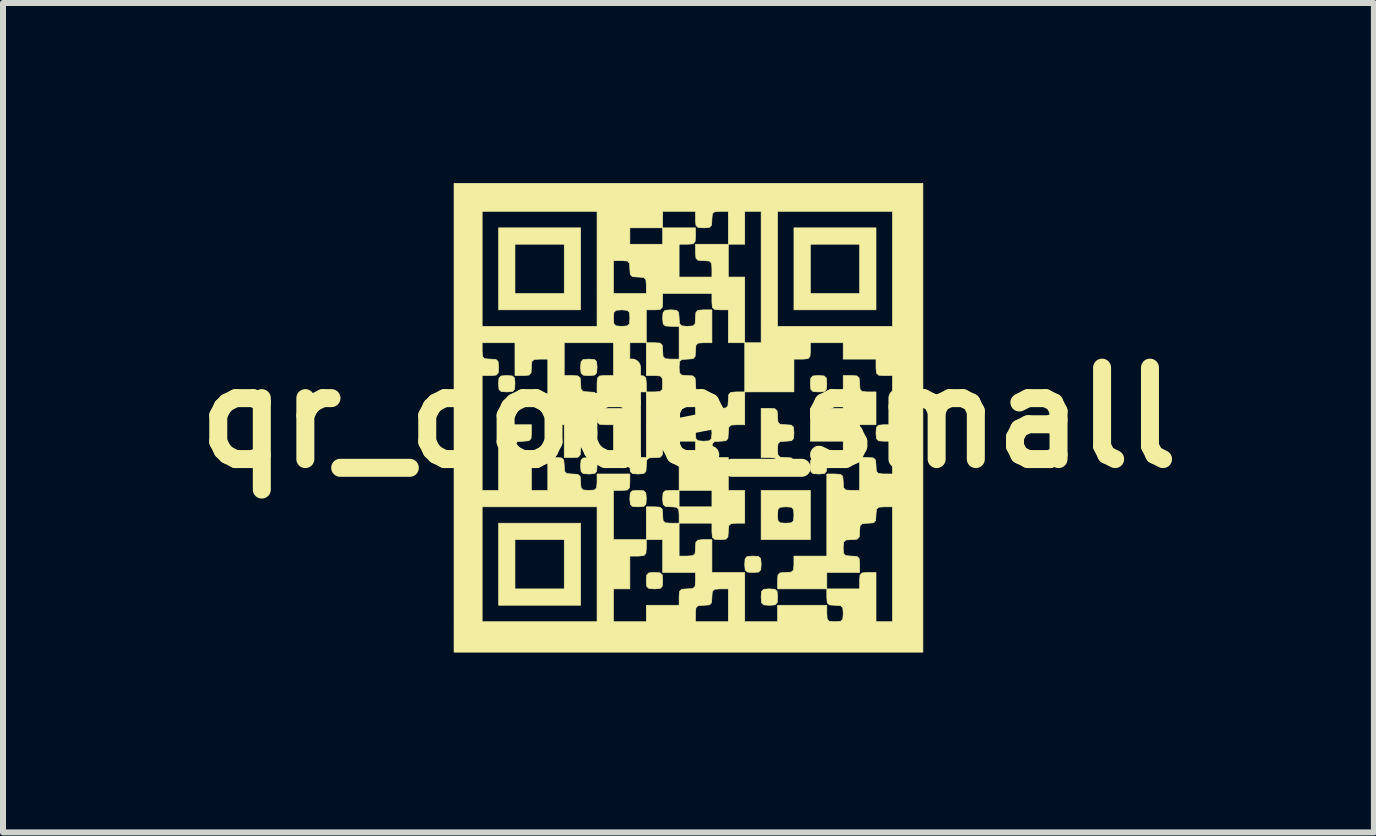
<source format=kicad_pcb>
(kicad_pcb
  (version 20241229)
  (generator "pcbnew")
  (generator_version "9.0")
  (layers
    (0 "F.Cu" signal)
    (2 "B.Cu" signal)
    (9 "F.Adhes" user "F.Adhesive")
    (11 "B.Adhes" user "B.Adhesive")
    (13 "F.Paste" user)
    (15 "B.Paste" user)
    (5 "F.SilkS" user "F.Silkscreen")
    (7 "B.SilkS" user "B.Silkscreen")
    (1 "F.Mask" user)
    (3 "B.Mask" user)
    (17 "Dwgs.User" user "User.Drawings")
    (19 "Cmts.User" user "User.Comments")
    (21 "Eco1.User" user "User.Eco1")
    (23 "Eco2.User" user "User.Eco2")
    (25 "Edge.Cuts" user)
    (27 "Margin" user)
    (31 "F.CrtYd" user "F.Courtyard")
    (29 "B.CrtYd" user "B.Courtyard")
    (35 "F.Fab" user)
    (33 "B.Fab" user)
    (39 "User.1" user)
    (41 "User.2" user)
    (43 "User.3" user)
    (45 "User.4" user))
  (footprint "qr_code_small"
    (layer "F.Cu")
    (at 8.426 3.913)
    (property "Reference" "qr_code_small" (at 0 0 0) (layer "F.SilkS") (effects (font (size 1.524 1.524) (thickness 0.3))))
    (attr through_hole)
    (fp_poly (pts (xy -1.798 -1.798) (xy -3.165 -1.798) (xy -3.165 -2.892) (xy -2.892 -2.892) (xy -2.892 -2.071) (xy -2.071 -2.071) (xy -2.071 -2.892) (xy -2.892 -2.892) (xy -3.165 -2.892) (xy -3.165 -3.165) (xy -1.798 -3.165) (xy -1.798 -1.798)) (stroke (width 0.01) (type solid)) (fill yes) (layer "F.SilkS"))
    (fp_poly (pts (xy -1.798 3.126) (xy -3.165 3.126) (xy -3.165 2.032) (xy -2.892 2.032) (xy -2.892 2.853) (xy -2.071 2.853) (xy -2.071 2.032) (xy -2.892 2.032) (xy -3.165 2.032) (xy -3.165 1.758) (xy -1.798 1.758) (xy -1.798 3.126)) (stroke (width 0.01) (type solid)) (fill yes) (layer "F.SilkS"))
    (fp_poly (pts (xy 3.126 -1.798) (xy 1.758 -1.798) (xy 1.758 -2.892) (xy 2.032 -2.892) (xy 2.032 -2.071) (xy 2.853 -2.071) (xy 2.853 -2.892) (xy 2.032 -2.892) (xy 1.758 -2.892) (xy 1.758 -3.165) (xy 3.126 -3.165) (xy 3.126 -1.798)) (stroke (width 0.01) (type solid)) (fill yes) (layer "F.SilkS"))
    (fp_poly (pts (xy -2.937 -0.697) (xy -2.899 -0.663) (xy -2.892 -0.577) (xy -2.892 -0.567) (xy -2.898 -0.475) (xy -2.932 -0.437) (xy -3.018 -0.43) (xy -3.028 -0.43) (xy -3.12 -0.436) (xy -3.158 -0.47) (xy -3.165 -0.556) (xy -3.165 -0.567) (xy -3.159 -0.658) (xy -3.125 -0.696) (xy -3.039 -0.703) (xy -3.028 -0.703) (xy -2.937 -0.697)) (stroke (width 0.01) (type solid)) (fill yes) (layer "F.SilkS"))
    (fp_poly (pts (xy -1.569 -0.971) (xy -1.532 -0.937) (xy -1.524 -0.851) (xy -1.524 -0.84) (xy -1.53 -0.748) (xy -1.564 -0.711) (xy -1.65 -0.703) (xy -1.661 -0.703) (xy -1.752 -0.709) (xy -1.79 -0.744) (xy -1.798 -0.83) (xy -1.798 -0.84) (xy -1.791 -0.932) (xy -1.757 -0.969) (xy -1.671 -0.977) (xy -1.661 -0.977) (xy -1.569 -0.971)) (stroke (width 0.01) (type solid)) (fill yes) (layer "F.SilkS"))
    (fp_poly (pts (xy -1.569 0.67) (xy -1.532 0.704) (xy -1.524 0.791) (xy -1.524 0.801) (xy -1.53 0.893) (xy -1.564 0.93) (xy -1.65 0.938) (xy -1.661 0.938) (xy -1.752 0.932) (xy -1.79 0.898) (xy -1.798 0.811) (xy -1.798 0.801) (xy -1.791 0.709) (xy -1.757 0.672) (xy -1.671 0.664) (xy -1.661 0.664) (xy -1.569 0.67)) (stroke (width 0.01) (type solid)) (fill yes) (layer "F.SilkS"))
    (fp_poly (pts (xy -0.748 1.217) (xy -0.711 1.252) (xy -0.703 1.338) (xy -0.703 1.348) (xy -0.709 1.44) (xy -0.744 1.477) (xy -0.83 1.485) (xy -0.84 1.485) (xy -0.932 1.479) (xy -0.969 1.445) (xy -0.977 1.359) (xy -0.977 1.348) (xy -0.971 1.256) (xy -0.937 1.219) (xy -0.851 1.211) (xy -0.84 1.211) (xy -0.748 1.217)) (stroke (width 0.01) (type solid)) (fill yes) (layer "F.SilkS"))
    (fp_poly (pts (xy -0.475 2.585) (xy -0.437 2.619) (xy -0.43 2.705) (xy -0.43 2.716) (xy -0.436 2.808) (xy -0.47 2.845) (xy -0.556 2.853) (xy -0.567 2.853) (xy -0.658 2.847) (xy -0.696 2.812) (xy -0.703 2.726) (xy -0.703 2.716) (xy -0.697 2.624) (xy -0.663 2.587) (xy -0.577 2.579) (xy -0.567 2.579) (xy -0.475 2.585)) (stroke (width 0.01) (type solid)) (fill yes) (layer "F.SilkS"))
    (fp_poly (pts (xy 1.166 2.312) (xy 1.204 2.346) (xy 1.211 2.432) (xy 1.211 2.442) (xy 1.205 2.534) (xy 1.171 2.572) (xy 1.085 2.579) (xy 1.075 2.579) (xy 0.983 2.573) (xy 0.945 2.539) (xy 0.938 2.453) (xy 0.938 2.442) (xy 0.944 2.351) (xy 0.978 2.313) (xy 1.064 2.306) (xy 1.075 2.306) (xy 1.166 2.312)) (stroke (width 0.01) (type solid)) (fill yes) (layer "F.SilkS"))
    (fp_poly (pts (xy 1.44 2.859) (xy 1.477 2.893) (xy 1.485 2.979) (xy 1.485 2.989) (xy 1.479 3.081) (xy 1.445 3.119) (xy 1.359 3.126) (xy 1.348 3.126) (xy 1.256 3.12) (xy 1.219 3.086) (xy 1.211 3) (xy 1.211 2.989) (xy 1.217 2.898) (xy 1.252 2.86) (xy 1.338 2.853) (xy 1.348 2.853) (xy 1.44 2.859)) (stroke (width 0.01) (type solid)) (fill yes) (layer "F.SilkS"))
    (fp_poly (pts (xy 2.26 -0.697) (xy 2.298 -0.663) (xy 2.306 -0.577) (xy 2.306 -0.567) (xy 2.299 -0.475) (xy 2.265 -0.437) (xy 2.179 -0.43) (xy 2.169 -0.43) (xy 2.077 -0.436) (xy 2.04 -0.47) (xy 2.032 -0.556) (xy 2.032 -0.567) (xy 2.038 -0.658) (xy 2.072 -0.696) (xy 2.158 -0.703) (xy 2.169 -0.703) (xy 2.26 -0.697)) (stroke (width 0.01) (type solid)) (fill yes) (layer "F.SilkS"))
    (fp_poly (pts (xy 2.26 0.67) (xy 2.298 0.704) (xy 2.306 0.791) (xy 2.306 0.801) (xy 2.299 0.893) (xy 2.265 0.93) (xy 2.179 0.938) (xy 2.169 0.938) (xy 2.077 0.932) (xy 2.04 0.898) (xy 2.032 0.811) (xy 2.032 0.801) (xy 2.038 0.709) (xy 2.072 0.672) (xy 2.158 0.664) (xy 2.169 0.664) (xy 2.26 0.67)) (stroke (width 0.01) (type solid)) (fill yes) (layer "F.SilkS"))
    (fp_poly (pts (xy 2.032 2.032) (xy 1.211 2.032) (xy 1.211 1.622) (xy 1.485 1.622) (xy 1.491 1.713) (xy 1.525 1.751) (xy 1.611 1.758) (xy 1.622 1.758) (xy 1.713 1.752) (xy 1.751 1.718) (xy 1.758 1.632) (xy 1.758 1.622) (xy 1.752 1.53) (xy 1.718 1.492) (xy 1.632 1.485) (xy 1.622 1.485) (xy 1.53 1.491) (xy 1.492 1.525) (xy 1.485 1.611) (xy 1.485 1.622) (xy 1.211 1.622) (xy 1.211 1.211) (xy 2.032 1.211) (xy 2.032 2.032)) (stroke (width 0.01) (type solid)) (fill yes) (layer "F.SilkS"))
    (fp_poly (pts (xy 2.808 -0.697) (xy 2.845 -0.663) (xy 2.853 -0.577) (xy 2.853 -0.567) (xy 2.859 -0.475) (xy 2.893 -0.437) (xy 2.979 -0.43) (xy 2.989 -0.43) (xy 3.126 -0.43) (xy 3.126 0.117) (xy 2.853 0.117) (xy 2.853 0.664) (xy 2.716 0.664) (xy 2.624 0.658) (xy 2.587 0.624) (xy 2.579 0.538) (xy 2.579 0.528) (xy 2.579 0.391) (xy 2.032 0.391) (xy 2.032 -0.156) (xy 2.579 -0.156) (xy 2.579 -0.703) (xy 2.716 -0.703) (xy 2.808 -0.697)) (stroke (width 0.01) (type solid)) (fill yes) (layer "F.SilkS"))
    (fp_poly (pts (xy 1.44 -0.15) (xy 1.477 -0.116) (xy 1.485 -0.03) (xy 1.485 -0.02) (xy 1.491 0.072) (xy 1.525 0.11) (xy 1.611 0.117) (xy 1.622 0.117) (xy 1.713 0.123) (xy 1.751 0.157) (xy 1.758 0.244) (xy 1.758 0.254) (xy 1.752 0.346) (xy 1.718 0.383) (xy 1.632 0.391) (xy 1.622 0.391) (xy 1.53 0.397) (xy 1.492 0.431) (xy 1.485 0.517) (xy 1.485 0.528) (xy 1.491 0.619) (xy 1.525 0.657) (xy 1.611 0.664) (xy 1.622 0.664) (xy 1.713 0.67) (xy 1.751 0.704) (xy 1.758 0.791) (xy 1.758 0.801) (xy 1.752 0.893) (xy 1.718 0.93) (xy 1.632 0.938) (xy 1.622 0.938) (xy 1.53 0.932) (xy 1.492 0.898) (xy 1.485 0.811) (xy 1.485 0.801) (xy 1.479 0.709) (xy 1.445 0.672) (xy 1.359 0.664) (xy 1.348 0.664) (xy 1.211 0.664) (xy 1.211 -0.156) (xy 1.348 -0.156) (xy 1.44 -0.15)) (stroke (width 0.01) (type solid)) (fill yes) (layer "F.SilkS"))
    (fp_poly (pts (xy 0.391 -1.25) (xy 0.254 -1.25) (xy 0.162 -1.244) (xy 0.125 -1.21) (xy 0.117 -1.124) (xy 0.117 -1.114) (xy 0.111 -1.022) (xy 0.077 -0.984) (xy -0.009 -0.977) (xy -0.02 -0.977) (xy -0.111 -0.971) (xy -0.149 -0.937) (xy -0.156 -0.851) (xy -0.156 -0.84) (xy -0.15 -0.748) (xy -0.116 -0.711) (xy -0.03 -0.703) (xy -0.02 -0.703) (xy 0.072 -0.697) (xy 0.11 -0.663) (xy 0.117 -0.577) (xy 0.117 -0.567) (xy 0.123 -0.475) (xy 0.157 -0.437) (xy 0.244 -0.43) (xy 0.254 -0.43) (xy 0.346 -0.424) (xy 0.383 -0.39) (xy 0.391 -0.303) (xy 0.391 -0.293) (xy 0.397 -0.201) (xy 0.431 -0.164) (xy 0.517 -0.156) (xy 0.528 -0.156) (xy 0.619 -0.162) (xy 0.657 -0.196) (xy 0.664 -0.283) (xy 0.664 -0.293) (xy 0.67 -0.385) (xy 0.704 -0.422) (xy 0.791 -0.43) (xy 0.801 -0.43) (xy 0.938 -0.43) (xy 0.938 0.117) (xy 0.801 0.117) (xy 0.709 0.123) (xy 0.672 0.157) (xy 0.664 0.244) (xy 0.664 0.254) (xy 0.658 0.346) (xy 0.624 0.383) (xy 0.538 0.391) (xy 0.528 0.391) (xy 0.436 0.397) (xy 0.398 0.431) (xy 0.391 0.517) (xy 0.391 0.528) (xy 0.397 0.619) (xy 0.431 0.657) (xy 0.517 0.664) (xy 0.528 0.664) (xy 0.664 0.664) (xy 0.664 1.211) (xy 0.938 1.211) (xy 0.938 1.758) (xy 0.801 1.758) (xy 0.709 1.765) (xy 0.672 1.799) (xy 0.664 1.885) (xy 0.664 1.895) (xy 0.658 1.987) (xy 0.624 2.024) (xy 0.538 2.032) (xy 0.528 2.032) (xy 0.436 2.026) (xy 0.398 1.992) (xy 0.391 1.906) (xy 0.391 1.895) (xy 0.391 1.758) (xy -0.156 1.758) (xy -0.156 1.622) (xy -0.162 1.53) (xy -0.196 1.492) (xy -0.283 1.485) (xy -0.293 1.485) (xy -0.385 1.479) (xy -0.422 1.445) (xy -0.43 1.359) (xy -0.43 1.348) (xy -0.424 1.256) (xy -0.39 1.219) (xy -0.303 1.211) (xy -0.293 1.211) (xy -0.156 1.211) (xy -0.156 1.485) (xy 0.391 1.485) (xy 0.391 1.211) (xy -0.156 1.211) (xy -0.156 0.664) (xy -0.02 0.664) (xy 0.072 0.658) (xy 0.11 0.624) (xy 0.117 0.538) (xy 0.117 0.528) (xy 0.117 0.391) (xy -0.43 0.391) (xy -0.43 0.528) (xy -0.436 0.619) (xy -0.47 0.657) (xy -0.556 0.664) (xy -0.567 0.664) (xy -0.658 0.67) (xy -0.696 0.704) (xy -0.703 0.791) (xy -0.703 0.801) (xy -0.709 0.893) (xy -0.744 0.93) (xy -0.83 0.938) (xy -0.84 0.938) (xy -0.932 0.932) (xy -0.969 0.898) (xy -0.977 0.811) (xy -0.977 0.801) (xy -0.983 0.709) (xy -1.017 0.672) (xy -1.103 0.664) (xy -1.114 0.664) (xy -1.25 0.664) (xy -1.25 0.117) (xy -1.387 0.117) (xy -1.479 0.111) (xy -1.516 0.077) (xy -1.524 -0.009) (xy -1.524 -0.02) (xy -1.524 -0.156) (xy -0.977 -0.156) (xy -0.977 0.664) (xy -0.703 0.664) (xy -0.703 0.254) (xy 0.117 0.254) (xy 0.123 0.346) (xy 0.157 0.383) (xy 0.244 0.391) (xy 0.254 0.391) (xy 0.346 0.385) (xy 0.383 0.351) (xy 0.391 0.264) (xy 0.391 0.254) (xy 0.385 0.162) (xy 0.351 0.125) (xy 0.264 0.117) (xy 0.254 0.117) (xy 0.117 0.117) (xy 0.117 0.254) (xy -0.703 0.254) (xy -0.703 -0.02) (xy -0.43 -0.02) (xy -0.43 0.117) (xy 0.117 0.117) (xy 0.117 -0.43) (xy -0.02 -0.43) (xy -0.111 -0.424) (xy -0.149 -0.39) (xy -0.156 -0.303) (xy -0.156 -0.293) (xy -0.162 -0.201) (xy -0.196 -0.164) (xy -0.283 -0.156) (xy -0.293 -0.156) (xy -0.385 -0.15) (xy -0.422 -0.116) (xy -0.43 -0.03) (xy -0.43 -0.02) (xy -0.703 -0.02) (xy -0.703 -0.43) (xy -0.567 -0.43) (xy -0.475 -0.436) (xy -0.437 -0.47) (xy -0.43 -0.556) (xy -0.43 -0.567) (xy -0.436 -0.658) (xy -0.47 -0.696) (xy -0.556 -0.703) (xy -0.567 -0.703) (xy -0.703 -0.703) (xy -0.703 -1.25) (xy -0.567 -1.25) (xy -0.475 -1.244) (xy -0.437 -1.21) (xy -0.43 -1.124) (xy -0.43 -1.114) (xy -0.424 -1.022) (xy -0.39 -0.984) (xy -0.303 -0.977) (xy -0.293 -0.977) (xy -0.156 -0.977) (xy -0.156 -1.524) (xy -0.293 -1.524) (xy -0.385 -1.53) (xy -0.422 -1.564) (xy -0.43 -1.65) (xy -0.43 -1.661) (xy -0.424 -1.752) (xy -0.39 -1.79) (xy -0.303 -1.798) (xy -0.293 -1.798) (xy -0.201 -1.791) (xy -0.164 -1.757) (xy -0.156 -1.671) (xy -0.156 -1.661) (xy -0.15 -1.569) (xy -0.116 -1.532) (xy -0.03 -1.524) (xy -0.02 -1.524) (xy 0.072 -1.53) (xy 0.11 -1.564) (xy 0.117 -1.65) (xy 0.117 -1.661) (xy 0.123 -1.752) (xy 0.157 -1.79) (xy 0.244 -1.798) (xy 0.254 -1.798) (xy 0.391 -1.798) (xy 0.391 -1.25)) (stroke (width 0.01) (type solid)) (fill yes) (layer "F.SilkS"))
    (fp_poly (pts (xy 3.908 3.908) (xy -3.908 3.908) (xy -3.908 1.485) (xy -3.439 1.485) (xy -3.439 3.4) (xy -1.524 3.4) (xy -1.524 2.853) (xy -1.25 2.853) (xy -1.25 3.4) (xy -0.703 3.4) (xy -0.703 3.263) (xy 0.117 3.263) (xy 0.117 3.4) (xy 0.664 3.4) (xy 0.664 2.853) (xy 0.528 2.853) (xy 0.436 2.859) (xy 0.398 2.893) (xy 0.391 2.979) (xy 0.391 2.989) (xy 0.385 3.081) (xy 0.351 3.119) (xy 0.264 3.126) (xy 0.254 3.126) (xy 0.162 3.132) (xy 0.125 3.166) (xy 0.117 3.253) (xy 0.117 3.263) (xy -0.703 3.263) (xy -0.703 3.126) (xy -0.156 3.126) (xy -0.156 2.989) (xy -0.15 2.898) (xy -0.116 2.86) (xy -0.03 2.853) (xy -0.02 2.853) (xy 0.072 2.847) (xy 0.11 2.812) (xy 0.117 2.726) (xy 0.117 2.716) (xy 0.117 2.579) (xy -0.43 2.579) (xy -0.43 2.032) (xy -0.703 2.032) (xy -0.703 2.169) (xy -0.709 2.26) (xy -0.744 2.298) (xy -0.83 2.306) (xy -0.84 2.306) (xy -0.977 2.306) (xy -0.977 2.853) (xy -1.25 2.853) (xy -1.524 2.853) (xy -1.524 1.485) (xy -3.439 1.485) (xy -3.908 1.485) (xy -3.908 -1.25) (xy -3.439 -1.25) (xy -3.439 -1.114) (xy -3.433 -1.022) (xy -3.399 -0.984) (xy -3.312 -0.977) (xy -3.302 -0.977) (xy -3.21 -0.971) (xy -3.173 -0.937) (xy -3.165 -0.851) (xy -3.165 -0.84) (xy -3.171 -0.748) (xy -3.205 -0.711) (xy -3.292 -0.703) (xy -3.302 -0.703) (xy -3.439 -0.703) (xy -3.439 1.211) (xy -3.165 1.211) (xy -3.165 0.117) (xy -2.618 0.117) (xy -2.618 0.254) (xy -2.624 0.346) (xy -2.658 0.383) (xy -2.745 0.391) (xy -2.755 0.391) (xy -2.847 0.397) (xy -2.884 0.431) (xy -2.892 0.517) (xy -2.892 0.528) (xy -2.886 0.619) (xy -2.852 0.657) (xy -2.765 0.664) (xy -2.755 0.664) (xy -2.618 0.664) (xy -2.618 1.211) (xy -2.345 1.211) (xy -2.345 0.664) (xy -2.208 0.664) (xy -2.116 0.67) (xy -2.079 0.704) (xy -2.071 0.791) (xy -2.071 0.801) (xy -2.065 0.893) (xy -2.031 0.93) (xy -1.945 0.938) (xy -1.934 0.938) (xy -1.843 0.944) (xy -1.805 0.978) (xy -1.798 1.064) (xy -1.798 1.075) (xy -1.791 1.166) (xy -1.757 1.204) (xy -1.671 1.211) (xy -1.661 1.211) (xy -1.569 1.205) (xy -1.532 1.171) (xy -1.524 1.085) (xy -1.524 1.075) (xy -1.524 0.938) (xy -0.977 0.938) (xy -0.977 1.075) (xy -0.983 1.166) (xy -1.017 1.204) (xy -1.103 1.211) (xy -1.114 1.211) (xy -1.25 1.211) (xy -1.25 2.032) (xy -0.703 2.032) (xy -0.703 1.485) (xy -0.567 1.485) (xy -0.475 1.491) (xy -0.437 1.525) (xy -0.43 1.611) (xy -0.43 1.622) (xy -0.424 1.713) (xy -0.39 1.751) (xy -0.303 1.758) (xy -0.293 1.758) (xy -0.156 1.758) (xy -0.156 2.306) (xy -0.02 2.306) (xy 0.072 2.299) (xy 0.11 2.265) (xy 0.117 2.179) (xy 0.117 2.169) (xy 0.123 2.077) (xy 0.157 2.04) (xy 0.244 2.032) (xy 0.254 2.032) (xy 0.391 2.032) (xy 0.391 2.579) (xy 0.938 2.579) (xy 0.938 3.4) (xy 1.485 3.4) (xy 1.485 3.126) (xy 2.306 3.126) (xy 2.306 3.263) (xy 2.312 3.355) (xy 2.346 3.392) (xy 2.432 3.4) (xy 2.442 3.4) (xy 2.534 3.394) (xy 2.572 3.36) (xy 2.579 3.273) (xy 2.579 3.263) (xy 2.573 3.171) (xy 2.539 3.134) (xy 2.453 3.126) (xy 2.442 3.126) (xy 2.351 3.12) (xy 2.313 3.086) (xy 2.306 3) (xy 2.306 2.989) (xy 2.306 2.853) (xy 1.485 2.853) (xy 1.485 2.716) (xy 1.491 2.624) (xy 1.525 2.587) (xy 1.611 2.579) (xy 1.622 2.579) (xy 2.306 2.579) (xy 2.306 2.853) (xy 2.853 2.853) (xy 2.853 2.716) (xy 2.859 2.624) (xy 2.893 2.587) (xy 2.979 2.579) (xy 2.989 2.579) (xy 3.126 2.579) (xy 3.126 3.4) (xy 3.4 3.4) (xy 3.4 1.485) (xy 3.263 1.485) (xy 3.171 1.491) (xy 3.134 1.525) (xy 3.126 1.611) (xy 3.126 1.622) (xy 3.12 1.713) (xy 3.086 1.751) (xy 3 1.758) (xy 2.989 1.758) (xy 2.898 1.765) (xy 2.86 1.799) (xy 2.853 1.885) (xy 2.853 1.895) (xy 2.847 1.987) (xy 2.812 2.024) (xy 2.726 2.032) (xy 2.716 2.032) (xy 2.624 2.038) (xy 2.587 2.072) (xy 2.579 2.158) (xy 2.579 2.169) (xy 2.585 2.26) (xy 2.619 2.298) (xy 2.705 2.306) (xy 2.716 2.306) (xy 2.808 2.312) (xy 2.845 2.346) (xy 2.853 2.432) (xy 2.853 2.442) (xy 2.853 2.579) (xy 2.306 2.579) (xy 1.622 2.579) (xy 1.713 2.573) (xy 1.751 2.539) (xy 1.758 2.453) (xy 1.758 2.442) (xy 1.758 2.306) (xy 2.306 2.306) (xy 2.306 0.938) (xy 2.442 0.938) (xy 2.534 0.944) (xy 2.572 0.978) (xy 2.579 1.064) (xy 2.579 1.075) (xy 2.585 1.166) (xy 2.619 1.204) (xy 2.705 1.211) (xy 2.716 1.211) (xy 2.853 1.211) (xy 2.853 0.664) (xy 2.989 0.664) (xy 3.081 0.67) (xy 3.119 0.704) (xy 3.126 0.791) (xy 3.126 0.801) (xy 3.132 0.893) (xy 3.166 0.93) (xy 3.253 0.938) (xy 3.263 0.938) (xy 3.4 0.938) (xy 3.4 0.391) (xy 3.263 0.391) (xy 3.171 0.385) (xy 3.134 0.351) (xy 3.126 0.264) (xy 3.126 0.254) (xy 3.132 0.162) (xy 3.166 0.125) (xy 3.253 0.117) (xy 3.263 0.117) (xy 3.4 0.117) (xy 3.4 -0.703) (xy 3.263 -0.703) (xy 3.171 -0.709) (xy 3.134 -0.744) (xy 3.126 -0.83) (xy 3.126 -0.84) (xy 3.126 -0.977) (xy 2.579 -0.977) (xy 2.579 -1.25) (xy 2.032 -1.25) (xy 2.032 -1.114) (xy 2.026 -1.022) (xy 1.992 -0.984) (xy 1.906 -0.977) (xy 1.895 -0.977) (xy 1.758 -0.977) (xy 1.758 -0.43) (xy 0.938 -0.43) (xy 0.938 -1.25) (xy 0.664 -1.25) (xy 0.664 -1.798) (xy 0.528 -1.798) (xy 0.436 -1.804) (xy 0.398 -1.838) (xy 0.391 -1.924) (xy 0.391 -1.934) (xy 0.391 -2.071) (xy -0.43 -2.071) (xy -0.43 -1.934) (xy -0.436 -1.843) (xy -0.47 -1.805) (xy -0.556 -1.798) (xy -0.567 -1.798) (xy -0.703 -1.798) (xy -0.703 -1.25) (xy -0.977 -1.25) (xy -0.977 -0.703) (xy -0.84 -0.703) (xy -0.748 -0.697) (xy -0.711 -0.663) (xy -0.703 -0.577) (xy -0.703 -0.567) (xy -0.703 -0.43) (xy -1.524 -0.43) (xy -1.524 -0.567) (xy -1.518 -0.658) (xy -1.484 -0.696) (xy -1.398 -0.703) (xy -1.387 -0.703) (xy -1.25 -0.703) (xy -1.25 -1.25) (xy -2.071 -1.25) (xy -2.071 -0.703) (xy -1.934 -0.703) (xy -1.843 -0.697) (xy -1.805 -0.663) (xy -1.798 -0.577) (xy -1.798 -0.567) (xy -1.791 -0.475) (xy -1.757 -0.437) (xy -1.671 -0.43) (xy -1.661 -0.43) (xy -1.569 -0.424) (xy -1.532 -0.39) (xy -1.524 -0.303) (xy -1.524 -0.293) (xy -1.53 -0.201) (xy -1.564 -0.164) (xy -1.65 -0.156) (xy -1.661 -0.156) (xy -1.752 -0.15) (xy -1.79 -0.116) (xy -1.798 -0.03) (xy -1.798 -0.02) (xy -1.791 0.072) (xy -1.757 0.11) (xy -1.671 0.117) (xy -1.661 0.117) (xy -1.569 0.123) (xy -1.532 0.157) (xy -1.524 0.244) (xy -1.524 0.254) (xy -1.53 0.346) (xy -1.564 0.383) (xy -1.65 0.391) (xy -1.661 0.391) (xy -1.752 0.397) (xy -1.79 0.431) (xy -1.798 0.517) (xy -1.798 0.528) (xy -1.804 0.619) (xy -1.838 0.657) (xy -1.924 0.664) (xy -1.934 0.664) (xy -2.071 0.664) (xy -2.071 0.117) (xy -2.345 0.117) (xy -2.345 -0.977) (xy -2.481 -0.977) (xy -2.573 -0.971) (xy -2.611 -0.937) (xy -2.618 -0.851) (xy -2.618 -0.84) (xy -2.624 -0.748) (xy -2.658 -0.711) (xy -2.745 -0.703) (xy -2.755 -0.703) (xy -2.892 -0.703) (xy -2.892 -1.25) (xy -3.439 -1.25) (xy -3.908 -1.25) (xy -3.908 -3.439) (xy -3.439 -3.439) (xy -3.439 -1.524) (xy -1.524 -1.524) (xy -1.524 -1.661) (xy -1.25 -1.661) (xy -1.244 -1.569) (xy -1.21 -1.532) (xy -1.124 -1.524) (xy -1.114 -1.524) (xy -1.022 -1.53) (xy -0.984 -1.564) (xy -0.977 -1.65) (xy -0.977 -1.661) (xy -0.983 -1.752) (xy -1.017 -1.79) (xy -1.103 -1.798) (xy -1.114 -1.798) (xy -1.205 -1.791) (xy -1.243 -1.757) (xy -1.25 -1.671) (xy -1.25 -1.661) (xy -1.524 -1.661) (xy -1.524 -2.618) (xy -1.25 -2.618) (xy -1.25 -2.071) (xy -0.703 -2.071) (xy -0.703 -2.208) (xy -0.709 -2.3) (xy -0.744 -2.337) (xy -0.83 -2.345) (xy -0.84 -2.345) (xy -0.932 -2.351) (xy -0.969 -2.385) (xy -0.977 -2.471) (xy -0.977 -2.481) (xy -0.983 -2.573) (xy -1.017 -2.611) (xy -1.103 -2.618) (xy -1.114 -2.618) (xy -1.25 -2.618) (xy -1.524 -2.618) (xy -1.524 -3.165) (xy -0.977 -3.165) (xy -0.977 -2.892) (xy -0.43 -2.892) (xy -0.43 -3.165) (xy -0.977 -3.165) (xy -1.524 -3.165) (xy -1.524 -3.439) (xy -0.43 -3.439) (xy -0.43 -3.165) (xy 0.117 -3.165) (xy 0.117 -3.028) (xy 0.111 -2.937) (xy 0.077 -2.899) (xy -0.009 -2.892) (xy -0.02 -2.892) (xy -0.156 -2.892) (xy -0.156 -2.345) (xy 0.391 -2.345) (xy 0.391 -2.481) (xy 0.385 -2.573) (xy 0.351 -2.611) (xy 0.264 -2.618) (xy 0.254 -2.618) (xy 0.162 -2.624) (xy 0.125 -2.658) (xy 0.117 -2.745) (xy 0.117 -2.755) (xy 0.117 -2.892) (xy 0.664 -2.892) (xy 0.664 -2.345) (xy 0.938 -2.345) (xy 0.938 -1.25) (xy 1.211 -1.25) (xy 1.211 -3.439) (xy 1.485 -3.439) (xy 1.485 -1.524) (xy 3.4 -1.524) (xy 3.4 -3.439) (xy 1.485 -3.439) (xy 1.211 -3.439) (xy 0.938 -3.439) (xy 0.938 -2.892) (xy 0.664 -2.892) (xy 0.664 -3.439) (xy 0.528 -3.439) (xy 0.436 -3.433) (xy 0.398 -3.399) (xy 0.391 -3.312) (xy 0.391 -3.302) (xy 0.385 -3.21) (xy 0.351 -3.173) (xy 0.264 -3.165) (xy 0.254 -3.165) (xy 0.162 -3.171) (xy 0.125 -3.205) (xy 0.117 -3.292) (xy 0.117 -3.302) (xy 0.117 -3.439) (xy -0.43 -3.439) (xy -1.524 -3.439) (xy -3.439 -3.439) (xy -3.908 -3.439) (xy -3.908 -3.908) (xy 3.908 -3.908) (xy 3.908 3.908)) (stroke (width 0.01) (type solid)) (fill yes) (layer "F.SilkS")))
  (gr_rect
    (start -3 -3)
    (end 19.851 10.825)
    (stroke (width 0.1) (type default))
    (fill no)
    (layer "Edge.Cuts")))
</source>
